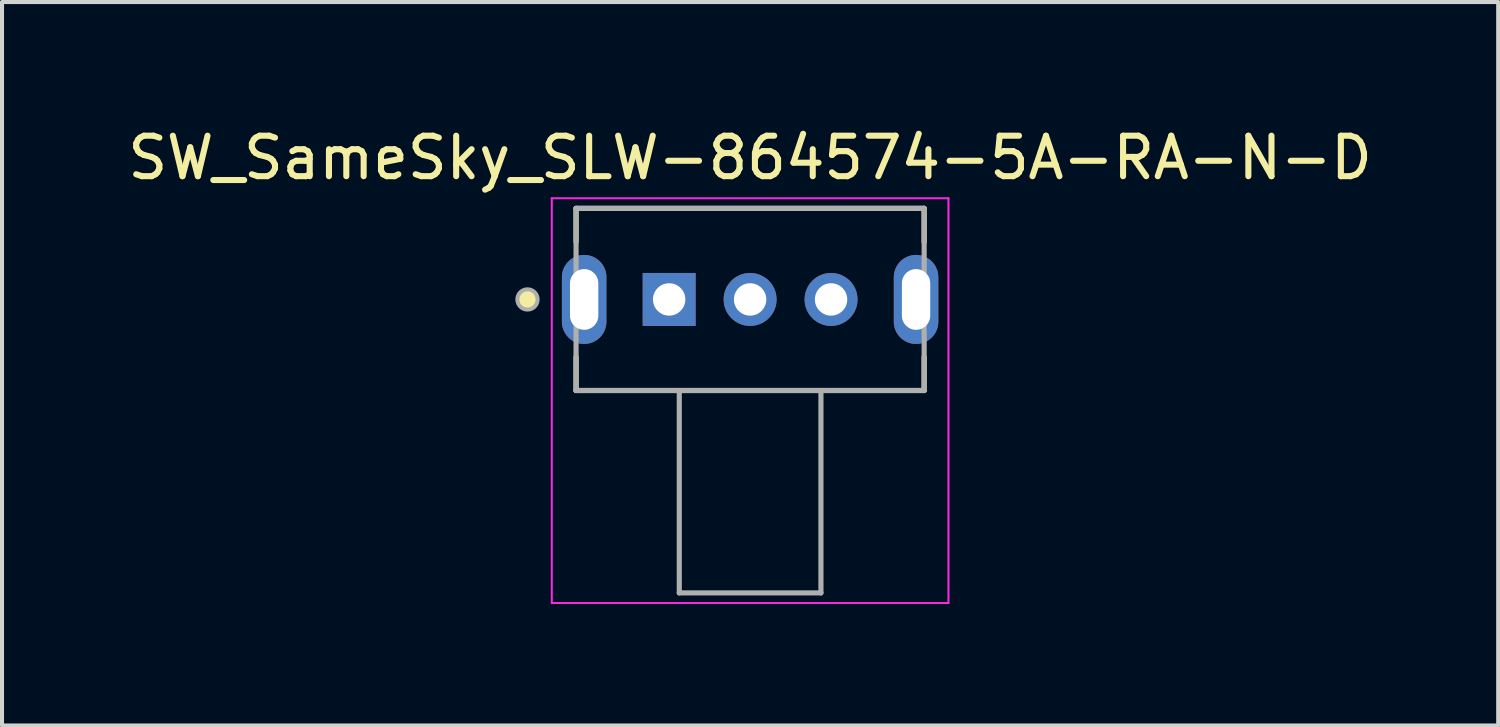
<source format=kicad_pcb>
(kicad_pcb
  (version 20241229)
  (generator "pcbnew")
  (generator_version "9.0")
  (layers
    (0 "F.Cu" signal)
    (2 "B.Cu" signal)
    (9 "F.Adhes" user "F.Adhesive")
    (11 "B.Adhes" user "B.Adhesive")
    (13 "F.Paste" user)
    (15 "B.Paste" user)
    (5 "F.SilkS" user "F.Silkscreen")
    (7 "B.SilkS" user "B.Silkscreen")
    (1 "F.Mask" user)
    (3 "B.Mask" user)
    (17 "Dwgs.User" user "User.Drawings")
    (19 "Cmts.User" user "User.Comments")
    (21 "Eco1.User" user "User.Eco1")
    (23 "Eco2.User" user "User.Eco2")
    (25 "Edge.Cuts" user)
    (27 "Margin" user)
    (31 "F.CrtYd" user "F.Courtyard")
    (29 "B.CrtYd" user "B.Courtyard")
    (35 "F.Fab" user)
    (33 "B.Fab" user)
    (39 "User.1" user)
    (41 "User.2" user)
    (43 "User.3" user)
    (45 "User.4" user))
  (footprint "SW_SameSky_SLW-864574-5A-RA-N-D"
    (layer "F.Cu")
    (at 15.482 4.348)
    (property "Reference" "SW_SameSky_SLW-864574-5A-RA-N-D" (at 0 -3.5 0) (layer "F.SilkS") (effects (font (size 1 1) (thickness 0.15))))
    (attr through_hole)
    (fp_line (start -4.3 -2.25) (end -4.3 -1.42) (stroke (width 0.127) (type solid)) (layer "F.SilkS"))
    (fp_line (start -4.3 2.25) (end -4.3 1.42) (stroke (width 0.127) (type solid)) (layer "F.SilkS"))
    (fp_line (start -4.3 2.25) (end -1.75 2.25) (stroke (width 0.127) (type solid)) (layer "F.SilkS"))
    (fp_line (start -1.75 2.25) (end 1.75 2.25) (stroke (width 0.127) (type solid)) (layer "F.SilkS"))
    (fp_line (start 1.75 2.25) (end 4.3 2.25) (stroke (width 0.127) (type solid)) (layer "F.SilkS"))
    (fp_line (start 4.3 -2.25) (end -4.3 -2.25) (stroke (width 0.127) (type solid)) (layer "F.SilkS"))
    (fp_line (start 4.3 -1.42) (end 4.3 -2.25) (stroke (width 0.127) (type solid)) (layer "F.SilkS"))
    (fp_line (start 4.3 2.25) (end 4.3 1.42) (stroke (width 0.127) (type solid)) (layer "F.SilkS"))
    (fp_circle (center -5.5 0) (end -5.25 0) (stroke (width 0) (type solid)) (fill yes) (layer "F.SilkS"))
    (fp_line (start -4.9 -2.5) (end -4.9 7.5) (stroke (width 0.05) (type solid)) (layer "F.CrtYd"))
    (fp_line (start -4.9 7.5) (end 4.9 7.5) (stroke (width 0.05) (type solid)) (layer "F.CrtYd"))
    (fp_line (start 4.9 -2.5) (end -4.9 -2.5) (stroke (width 0.05) (type solid)) (layer "F.CrtYd"))
    (fp_line (start 4.9 7.5) (end 4.9 -2.5) (stroke (width 0.05) (type solid)) (layer "F.CrtYd"))
    (fp_line (start -4.3 -2.25) (end -4.3 2.25) (stroke (width 0.127) (type solid)) (layer "F.Fab"))
    (fp_line (start -4.3 2.25) (end -1.75 2.25) (stroke (width 0.127) (type solid)) (layer "F.Fab"))
    (fp_line (start -1.75 2.25) (end -1.75 7.25) (stroke (width 0.127) (type solid)) (layer "F.Fab"))
    (fp_line (start -1.75 2.25) (end 1.75 2.25) (stroke (width 0.127) (type solid)) (layer "F.Fab"))
    (fp_line (start -1.75 7.25) (end 1.75 7.25) (stroke (width 0.127) (type solid)) (layer "F.Fab"))
    (fp_line (start 1.75 2.25) (end 4.3 2.25) (stroke (width 0.127) (type solid)) (layer "F.Fab"))
    (fp_line (start 1.75 7.25) (end 1.75 2.25) (stroke (width 0.127) (type solid)) (layer "F.Fab"))
    (fp_line (start 4.3 -2.25) (end -4.3 -2.25) (stroke (width 0.127) (type solid)) (layer "F.Fab"))
    (fp_line (start 4.3 2.25) (end 4.3 -2.25) (stroke (width 0.127) (type solid)) (layer "F.Fab"))
    (fp_circle (center -5.5 0) (end -5.25 0) (stroke (width 0.1) (type solid)) (fill no) (layer "F.Fab"))
    (pad "" thru_hole oval (at -4.1 0) (size 1.1 2.2) (drill oval 0.7 1.5) (layers "*.Cu" "*.Mask"))
    (pad "" thru_hole oval (at 4.1 0) (size 1.1 2.2) (drill oval 0.7 1.5) (layers "*.Cu" "*.Mask"))
    (pad "1" thru_hole rect (at -2 0) (size 1.308 1.308) (drill 0.8) (layers "*.Cu" "*.Mask"))
    (pad "2" thru_hole circle (at 0 0) (size 1.308 1.308) (drill 0.8) (layers "*.Cu" "*.Mask"))
    (pad "3" thru_hole circle (at 2 0) (size 1.308 1.308) (drill 0.8) (layers "*.Cu" "*.Mask")))
  (gr_rect
    (start -3 -3)
    (end 33.964 14.873)
    (stroke (width 0.1) (type default))
    (fill no)
    (layer "Edge.Cuts")))
</source>
